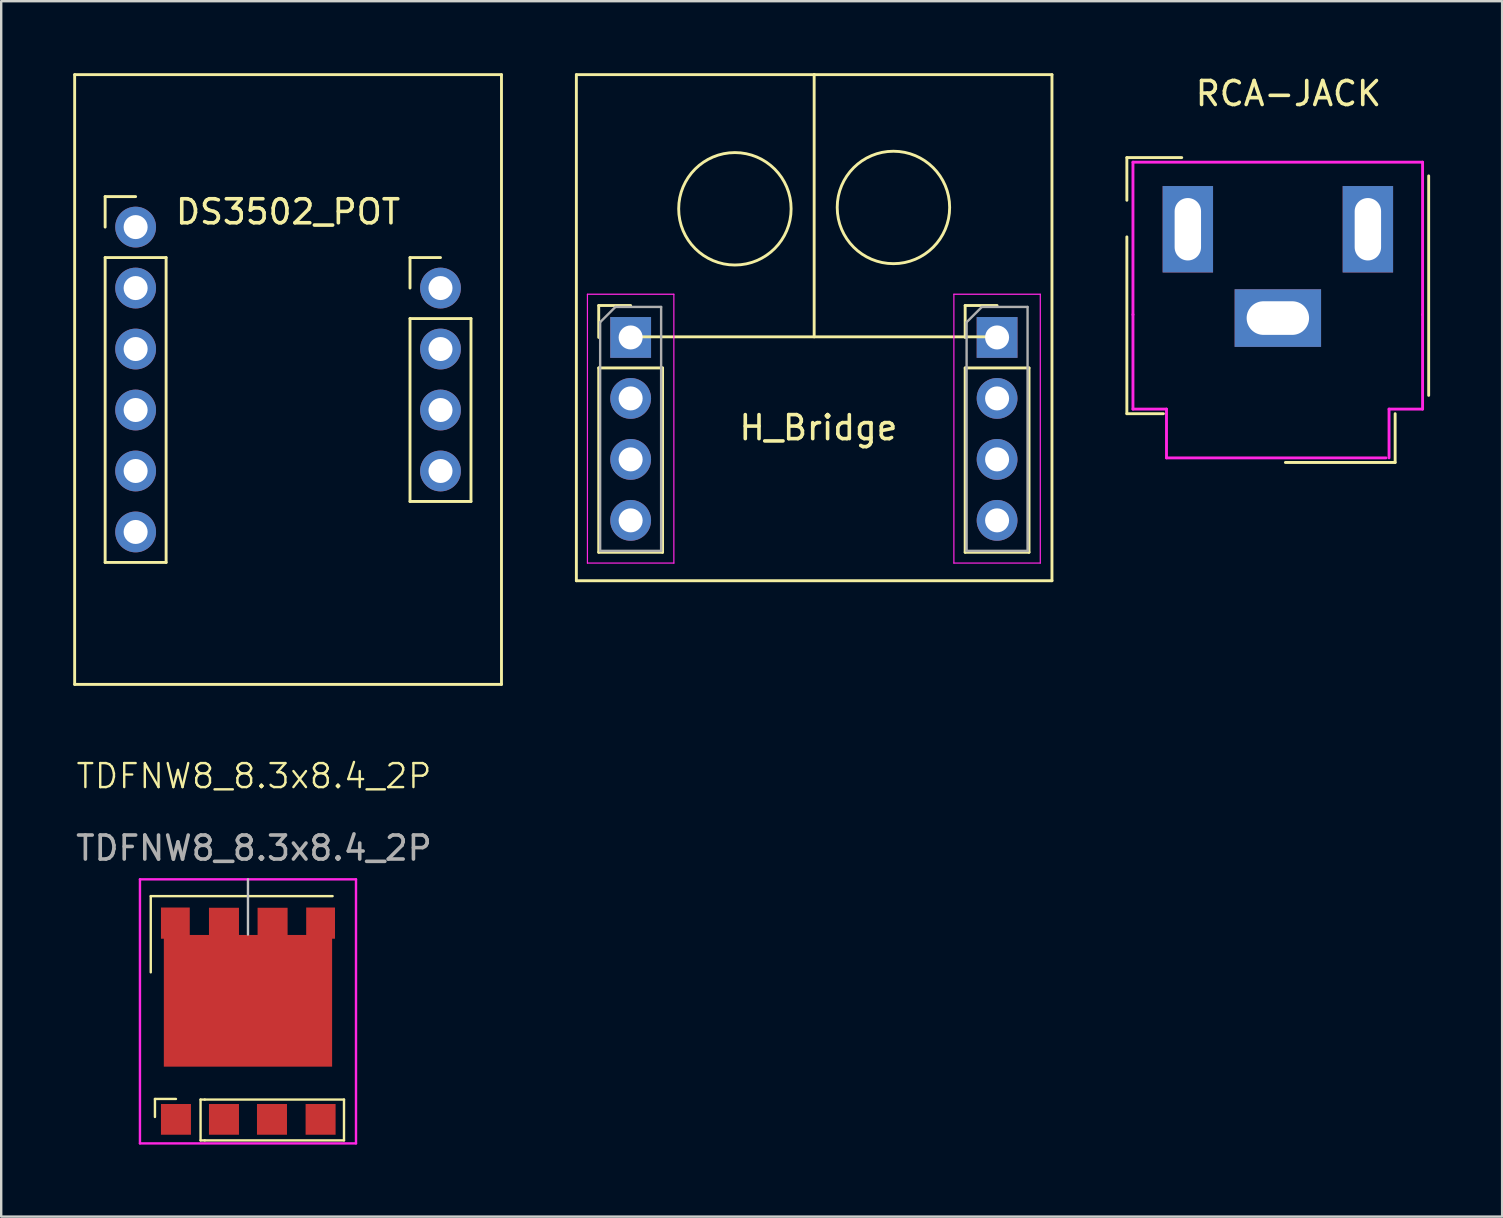
<source format=kicad_pcb>
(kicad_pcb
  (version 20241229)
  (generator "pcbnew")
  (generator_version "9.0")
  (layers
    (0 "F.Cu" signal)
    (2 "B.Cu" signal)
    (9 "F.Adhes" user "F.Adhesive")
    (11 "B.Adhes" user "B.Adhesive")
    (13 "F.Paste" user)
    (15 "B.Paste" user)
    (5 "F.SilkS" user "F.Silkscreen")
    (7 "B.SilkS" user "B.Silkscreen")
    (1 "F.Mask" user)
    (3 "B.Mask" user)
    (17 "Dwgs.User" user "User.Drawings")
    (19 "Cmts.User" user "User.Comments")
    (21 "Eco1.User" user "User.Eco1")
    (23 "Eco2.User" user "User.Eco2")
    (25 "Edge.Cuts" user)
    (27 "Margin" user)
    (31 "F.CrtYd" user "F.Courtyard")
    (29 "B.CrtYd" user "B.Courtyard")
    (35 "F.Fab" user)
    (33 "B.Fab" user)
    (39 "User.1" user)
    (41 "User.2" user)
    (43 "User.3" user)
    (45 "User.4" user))
  (footprint "H_Bridge"
    (layer "F.Cu")
    (at 28.326 8.442)
    (property "Reference" "H_Bridge" (at 2.718 6.325 0) (layer "F.SilkS") (effects (font (size 1 1) (thickness 0.15))))
    (attr through_hole)
    (fp_line (start -7.366 -8.382) (end 2.54 -8.382) (stroke (width 0.12) (type solid)) (layer "F.SilkS"))
    (fp_line (start -7.366 12.7) (end -7.366 -8.382) (stroke (width 0.12) (type solid)) (layer "F.SilkS"))
    (fp_line (start -6.435 1.235) (end -5.105 1.235) (stroke (width 0.12) (type solid)) (layer "F.SilkS"))
    (fp_line (start -6.435 2.565) (end -6.435 1.235) (stroke (width 0.12) (type solid)) (layer "F.SilkS"))
    (fp_line (start -6.435 3.835) (end -6.435 11.515) (stroke (width 0.12) (type solid)) (layer "F.SilkS"))
    (fp_line (start -6.435 3.835) (end -3.775 3.835) (stroke (width 0.12) (type solid)) (layer "F.SilkS"))
    (fp_line (start -6.435 11.515) (end -3.775 11.515) (stroke (width 0.12) (type solid)) (layer "F.SilkS"))
    (fp_line (start -5.055 2.54) (end 10.211 2.54) (stroke (width 0.12) (type solid)) (layer "F.SilkS"))
    (fp_line (start -3.775 3.835) (end -3.775 11.515) (stroke (width 0.12) (type solid)) (layer "F.SilkS"))
    (fp_line (start 2.54 -8.382) (end 12.446 -8.382) (stroke (width 0.12) (type solid)) (layer "F.SilkS"))
    (fp_line (start 2.54 2.54) (end 2.54 -8.382) (stroke (width 0.12) (type solid)) (layer "F.SilkS"))
    (fp_line (start 8.83 1.235) (end 10.16 1.235) (stroke (width 0.12) (type solid)) (layer "F.SilkS"))
    (fp_line (start 8.83 2.565) (end 8.83 1.235) (stroke (width 0.12) (type solid)) (layer "F.SilkS"))
    (fp_line (start 8.83 3.835) (end 8.83 11.515) (stroke (width 0.12) (type solid)) (layer "F.SilkS"))
    (fp_line (start 8.83 3.835) (end 11.49 3.835) (stroke (width 0.12) (type solid)) (layer "F.SilkS"))
    (fp_line (start 8.83 11.515) (end 11.49 11.515) (stroke (width 0.12) (type solid)) (layer "F.SilkS"))
    (fp_line (start 11.49 3.835) (end 11.49 11.515) (stroke (width 0.12) (type solid)) (layer "F.SilkS"))
    (fp_line (start 12.446 -8.382) (end 12.446 12.7) (stroke (width 0.12) (type solid)) (layer "F.SilkS"))
    (fp_line (start 12.446 12.7) (end -7.366 12.7) (stroke (width 0.12) (type solid)) (layer "F.SilkS"))
    (fp_circle (center -0.762 -2.794) (end 0.762 -1.016) (stroke (width 0.12) (type solid)) (fill no) (layer "F.SilkS"))
    (fp_circle (center 5.842 -2.85) (end 7.366 -1.072) (stroke (width 0.12) (type solid)) (fill no) (layer "F.SilkS"))
    (fp_line (start -6.905 0.765) (end -6.905 11.965) (stroke (width 0.05) (type solid)) (layer "F.CrtYd"))
    (fp_line (start -6.905 11.965) (end -3.305 11.965) (stroke (width 0.05) (type solid)) (layer "F.CrtYd"))
    (fp_line (start -3.305 0.765) (end -6.905 0.765) (stroke (width 0.05) (type solid)) (layer "F.CrtYd"))
    (fp_line (start -3.305 11.965) (end -3.305 0.765) (stroke (width 0.05) (type solid)) (layer "F.CrtYd"))
    (fp_line (start 8.36 0.765) (end 8.36 11.965) (stroke (width 0.05) (type solid)) (layer "F.CrtYd"))
    (fp_line (start 8.36 11.965) (end 11.96 11.965) (stroke (width 0.05) (type solid)) (layer "F.CrtYd"))
    (fp_line (start 11.96 0.765) (end 8.36 0.765) (stroke (width 0.05) (type solid)) (layer "F.CrtYd"))
    (fp_line (start 11.96 11.965) (end 11.96 0.765) (stroke (width 0.05) (type solid)) (layer "F.CrtYd"))
    (fp_line (start -6.375 1.93) (end -5.74 1.295) (stroke (width 0.1) (type solid)) (layer "F.Fab"))
    (fp_line (start -6.375 11.455) (end -6.375 1.93) (stroke (width 0.1) (type solid)) (layer "F.Fab"))
    (fp_line (start -5.74 1.295) (end -3.835 1.295) (stroke (width 0.1) (type solid)) (layer "F.Fab"))
    (fp_line (start -3.835 1.295) (end -3.835 11.455) (stroke (width 0.1) (type solid)) (layer "F.Fab"))
    (fp_line (start -3.835 11.455) (end -6.375 11.455) (stroke (width 0.1) (type solid)) (layer "F.Fab"))
    (fp_line (start 8.89 1.93) (end 9.525 1.295) (stroke (width 0.1) (type solid)) (layer "F.Fab"))
    (fp_line (start 8.89 11.455) (end 8.89 1.93) (stroke (width 0.1) (type solid)) (layer "F.Fab"))
    (fp_line (start 9.525 1.295) (end 11.43 1.295) (stroke (width 0.1) (type solid)) (layer "F.Fab"))
    (fp_line (start 11.43 1.295) (end 11.43 11.455) (stroke (width 0.1) (type solid)) (layer "F.Fab"))
    (fp_line (start 11.43 11.455) (end 8.89 11.455) (stroke (width 0.1) (type solid)) (layer "F.Fab"))
    (pad "1" thru_hole rect (at -5.105 2.565) (size 1.7 1.7) (drill 1) (layers "*.Cu" "*.Mask"))
    (pad "2" thru_hole oval (at -5.105 5.105) (size 1.7 1.7) (drill 1) (layers "*.Cu" "*.Mask"))
    (pad "3" thru_hole oval (at -5.105 7.645) (size 1.7 1.7) (drill 1) (layers "*.Cu" "*.Mask"))
    (pad "4" thru_hole oval (at -5.105 10.185) (size 1.7 1.7) (drill 1) (layers "*.Cu" "*.Mask"))
    (pad "5" thru_hole oval (at 10.16 10.185) (size 1.7 1.7) (drill 1) (layers "*.Cu" "*.Mask"))
    (pad "6" thru_hole oval (at 10.16 7.645) (size 1.7 1.7) (drill 1) (layers "*.Cu" "*.Mask"))
    (pad "7" thru_hole oval (at 10.16 5.105) (size 1.7 1.7) (drill 1) (layers "*.Cu" "*.Mask"))
    (pad "8" thru_hole rect (at 10.16 2.565) (size 1.7 1.7) (drill 1) (layers "*.Cu" "*.Mask")))
  (footprint "RCA-JACK"
    (layer "F.Cu")
    (at 49.988 2.753)
    (property "Reference" "RCA-JACK" (at 0.635 -1.905 0) (layer "F.SilkS") (effects (font (size 1 1) (thickness 0.15))))
    (attr through_hole)
    (fp_line (start -6.096 0.762) (end -6.096 2.54) (stroke (width 0.12) (type solid)) (layer "F.SilkS"))
    (fp_line (start -6.096 4.064) (end -6.096 11.43) (stroke (width 0.12) (type solid)) (layer "F.SilkS"))
    (fp_line (start -6.096 11.43) (end -4.572 11.43) (stroke (width 0.12) (type solid)) (layer "F.SilkS"))
    (fp_line (start -3.81 0.762) (end -6.096 0.762) (stroke (width 0.12) (type solid)) (layer "F.SilkS"))
    (fp_line (start 5.08 11.43) (end 5.08 13.462) (stroke (width 0.12) (type solid)) (layer "F.SilkS"))
    (fp_line (start 5.08 13.462) (end 0.508 13.462) (stroke (width 0.12) (type solid)) (layer "F.SilkS"))
    (fp_line (start 6.477 1.524) (end 6.477 10.668) (stroke (width 0.12) (type solid)) (layer "F.SilkS"))
    (fp_line (start -5.842 0.953) (end 6.223 0.953) (stroke (width 0.12) (type solid)) (layer "F.CrtYd"))
    (fp_line (start -5.842 7.303) (end -5.842 0.953) (stroke (width 0.12) (type solid)) (layer "F.CrtYd"))
    (fp_line (start -5.842 7.303) (end -5.842 11.239) (stroke (width 0.12) (type solid)) (layer "F.CrtYd"))
    (fp_line (start -5.842 11.239) (end -4.445 11.239) (stroke (width 0.12) (type solid)) (layer "F.CrtYd"))
    (fp_line (start -4.445 11.239) (end -4.445 13.271) (stroke (width 0.12) (type solid)) (layer "F.CrtYd"))
    (fp_line (start -4.445 13.271) (end 4.699 13.271) (stroke (width 0.12) (type solid)) (layer "F.CrtYd"))
    (fp_line (start 4.826 11.239) (end 6.223 11.239) (stroke (width 0.12) (type solid)) (layer "F.CrtYd"))
    (fp_line (start 4.826 13.271) (end 4.826 11.239) (stroke (width 0.12) (type solid)) (layer "F.CrtYd"))
    (fp_line (start 6.223 7.303) (end 6.223 0.953) (stroke (width 0.12) (type solid)) (layer "F.CrtYd"))
    (fp_line (start 6.223 11.239) (end 6.223 7.303) (stroke (width 0.12) (type solid)) (layer "F.CrtYd"))
    (pad "1" thru_hole rect (at 0.194 7.447) (size 3.6 2.4) (drill oval 2.6 1.4) (layers "*.Cu" "*.Mask"))
    (pad "2" thru_hole rect (at -3.556 3.747) (size 2.1 3.6) (drill oval 1.1 2.6) (layers "*.Cu" "*.Mask"))
    (pad "3" thru_hole rect (at 3.944 3.747) (size 2.1 3.6) (drill oval 1.1 2.6) (layers "*.Cu" "*.Mask")))
  (footprint "DS3502_POT"
    (layer "F.Cu")
    (at 7.68 2.6)
    (property "Reference" "DS3502_POT" (at 1.27 3.175 0) (layer "F.SilkS") (effects (font (size 1 1) (thickness 0.15))))
    (attr through_hole)
    (fp_line (start -7.62 -2.54) (end -7.62 22.86) (stroke (width 0.12) (type solid)) (layer "F.SilkS"))
    (fp_line (start -7.62 22.86) (end 10.16 22.86) (stroke (width 0.12) (type solid)) (layer "F.SilkS"))
    (fp_line (start -6.35 2.54) (end -6.35 3.81) (stroke (width 0.12) (type solid)) (layer "F.SilkS"))
    (fp_line (start -6.35 5.08) (end -3.81 5.08) (stroke (width 0.12) (type solid)) (layer "F.SilkS"))
    (fp_line (start -6.35 17.78) (end -6.35 5.08) (stroke (width 0.12) (type solid)) (layer "F.SilkS"))
    (fp_line (start -5.08 2.54) (end -6.35 2.54) (stroke (width 0.12) (type solid)) (layer "F.SilkS"))
    (fp_line (start -3.81 5.08) (end -3.81 17.78) (stroke (width 0.12) (type solid)) (layer "F.SilkS"))
    (fp_line (start -3.81 17.78) (end -6.35 17.78) (stroke (width 0.12) (type solid)) (layer "F.SilkS"))
    (fp_line (start 6.35 5.08) (end 6.35 6.35) (stroke (width 0.12) (type solid)) (layer "F.SilkS"))
    (fp_line (start 6.35 7.62) (end 8.89 7.62) (stroke (width 0.12) (type solid)) (layer "F.SilkS"))
    (fp_line (start 6.35 15.24) (end 6.35 7.62) (stroke (width 0.12) (type solid)) (layer "F.SilkS"))
    (fp_line (start 7.62 5.08) (end 6.35 5.08) (stroke (width 0.12) (type solid)) (layer "F.SilkS"))
    (fp_line (start 8.89 7.62) (end 8.89 15.24) (stroke (width 0.12) (type solid)) (layer "F.SilkS"))
    (fp_line (start 8.89 15.24) (end 6.35 15.24) (stroke (width 0.12) (type solid)) (layer "F.SilkS"))
    (fp_line (start 10.16 -2.54) (end -7.62 -2.54) (stroke (width 0.12) (type solid)) (layer "F.SilkS"))
    (fp_line (start 10.16 22.86) (end 10.16 -2.54) (stroke (width 0.12) (type solid)) (layer "F.SilkS"))
    (pad "1" thru_hole circle (at -5.08 3.81) (size 1.7 1.7) (drill 1) (layers "*.Cu" "*.Mask"))
    (pad "2" thru_hole circle (at -5.08 6.35) (size 1.7 1.7) (drill 1) (layers "*.Cu" "*.Mask"))
    (pad "3" thru_hole circle (at -5.08 8.89) (size 1.7 1.7) (drill 1) (layers "*.Cu" "*.Mask"))
    (pad "4" thru_hole circle (at -5.08 11.43) (size 1.7 1.7) (drill 1) (layers "*.Cu" "*.Mask"))
    (pad "5" thru_hole circle (at -5.08 13.97) (size 1.7 1.7) (drill 1) (layers "*.Cu" "*.Mask"))
    (pad "6" thru_hole circle (at -5.08 16.51) (size 1.7 1.7) (drill 1) (layers "*.Cu" "*.Mask"))
    (pad "7" thru_hole circle (at 7.62 13.97) (size 1.7 1.7) (drill 1) (layers "*.Cu" "*.Mask"))
    (pad "8" thru_hole circle (at 7.62 11.43) (size 1.7 1.7) (drill 1) (layers "*.Cu" "*.Mask"))
    (pad "9" thru_hole circle (at 7.62 8.89) (size 1.7 1.7) (drill 1) (layers "*.Cu" "*.Mask"))
    (pad "10" thru_hole circle (at 7.62 6.35) (size 1.7 1.7) (drill 1) (layers "*.Cu" "*.Mask")))
  (footprint "TDFNW8_8.3x8.4_2P"
    (layer "F.Cu")
    (at 7.28 39.505)
    (property "Reference" "TDFNW8_8.3x8.4_2P" (at 0.25 -10.225 0) (unlocked yes) (layer "F.SilkS") (effects (font (size 1 1) (thickness 0.1))))
    (attr smd)
    (fp_line (start -4.05 -5.225) (end -4.05 -2.05) (stroke (width 0.1) (type default)) (layer "F.SilkS"))
    (fp_line (start -3.875 3.225) (end -3.875 3.975) (stroke (width 0.1) (type default)) (layer "F.SilkS"))
    (fp_line (start -3 3.225) (end -3.875 3.225) (stroke (width 0.1) (type default)) (layer "F.SilkS"))
    (fp_line (start -1.975 3.25) (end -1.975 4.95) (stroke (width 0.1) (type default)) (layer "F.SilkS"))
    (fp_line (start -1.975 3.25) (end -1.8 3.25) (stroke (width 0.1) (type default)) (layer "F.SilkS"))
    (fp_line (start -1.8 4.95) (end -1.975 4.95) (stroke (width 0.1) (type default)) (layer "F.SilkS"))
    (fp_line (start -1.8 4.95) (end 4 4.95) (stroke (width 0.1) (type default)) (layer "F.SilkS"))
    (fp_line (start 3.525 -5.225) (end -4.05 -5.225) (stroke (width 0.1) (type default)) (layer "F.SilkS"))
    (fp_line (start 4 3.25) (end -1.8 3.25) (stroke (width 0.1) (type default)) (layer "F.SilkS"))
    (fp_line (start 4 4.95) (end 4 3.25) (stroke (width 0.1) (type default)) (layer "F.SilkS"))
    (fp_line (start 0 -3.625) (end 0 -5.925) (stroke (width 0.1) (type default)) (layer "Dwgs.User"))
    (fp_line (start -4.5 -5.925) (end -4.5 5.075) (stroke (width 0.1) (type default)) (layer "F.CrtYd"))
    (fp_line (start -4.5 5.075) (end 4.5 5.075) (stroke (width 0.1) (type default)) (layer "F.CrtYd"))
    (fp_line (start 0 -5.925) (end -4.5 -5.925) (stroke (width 0.1) (type default)) (layer "F.CrtYd"))
    (fp_line (start 0 -5.925) (end 4.5 -5.925) (stroke (width 0.1) (type default)) (layer "F.CrtYd"))
    (fp_line (start 4.5 5.075) (end 4.5 -5.925) (stroke (width 0.1) (type default)) (layer "F.CrtYd"))
    (fp_text user "${REFERENCE}" (at 0.25 -7.225 0) (unlocked yes) (layer "F.Fab") (effects (font (size 1 1) (thickness 0.15))))
    (pad "1" smd rect (at -3.025 -4.1) (size 1.2 1.3) (layers "F.Cu" "F.Mask" "F.Paste"))
    (pad "1" smd rect (at -1 -4.1) (size 1.25 1.28) (layers "F.Cu" "F.Mask" "F.Paste"))
    (pad "1" smd rect (at 0 -0.864) (size 7.01 5.486) (layers "F.Cu" "F.Mask" "F.Paste"))
    (pad "1" smd rect (at 1.025 -4.1) (size 1.25 1.28) (layers "F.Cu" "F.Mask" "F.Paste"))
    (pad "1" smd rect (at 3.025 -4.1) (size 1.2 1.3) (layers "F.Cu" "F.Mask" "F.Paste"))
    (pad "2" smd rect (at -3 4.075) (size 1.25 1.28) (layers "F.Cu" "F.Mask" "F.Paste"))
    (pad "3" smd rect (at -1 4.075) (size 1.25 1.28) (layers "F.Cu" "F.Mask" "F.Paste"))
    (pad "3" smd rect (at 1 4.075) (size 1.25 1.28) (layers "F.Cu" "F.Mask" "F.Paste"))
    (pad "3" smd rect (at 3.025 4.075) (size 1.25 1.28) (layers "F.Cu" "F.Mask" "F.Paste"))
    (zone (net_name "") (layer "F.Cu") (hatch edge 0.5) (connect_pads) (min_thickness 0.25) (filled_areas_thickness no) (keepout (tracks not_allowed) (vias allowed) (pads allowed) (copperpour allowed) (footprints allowed)) (placement (enabled no)) (fill) (polygon (pts (xy 3.23 35.88) (xy 3.23 41.406) (xy 3.205 41.431) (xy 11.305 41.431) (xy 11.355 41.38) (xy 11.38 35.88)))))
  (gr_rect
    (start -3 -3)
    (end 59.525 47.63)
    (stroke (width 0.1) (type default))
    (fill no)
    (layer "Edge.Cuts")))
</source>
